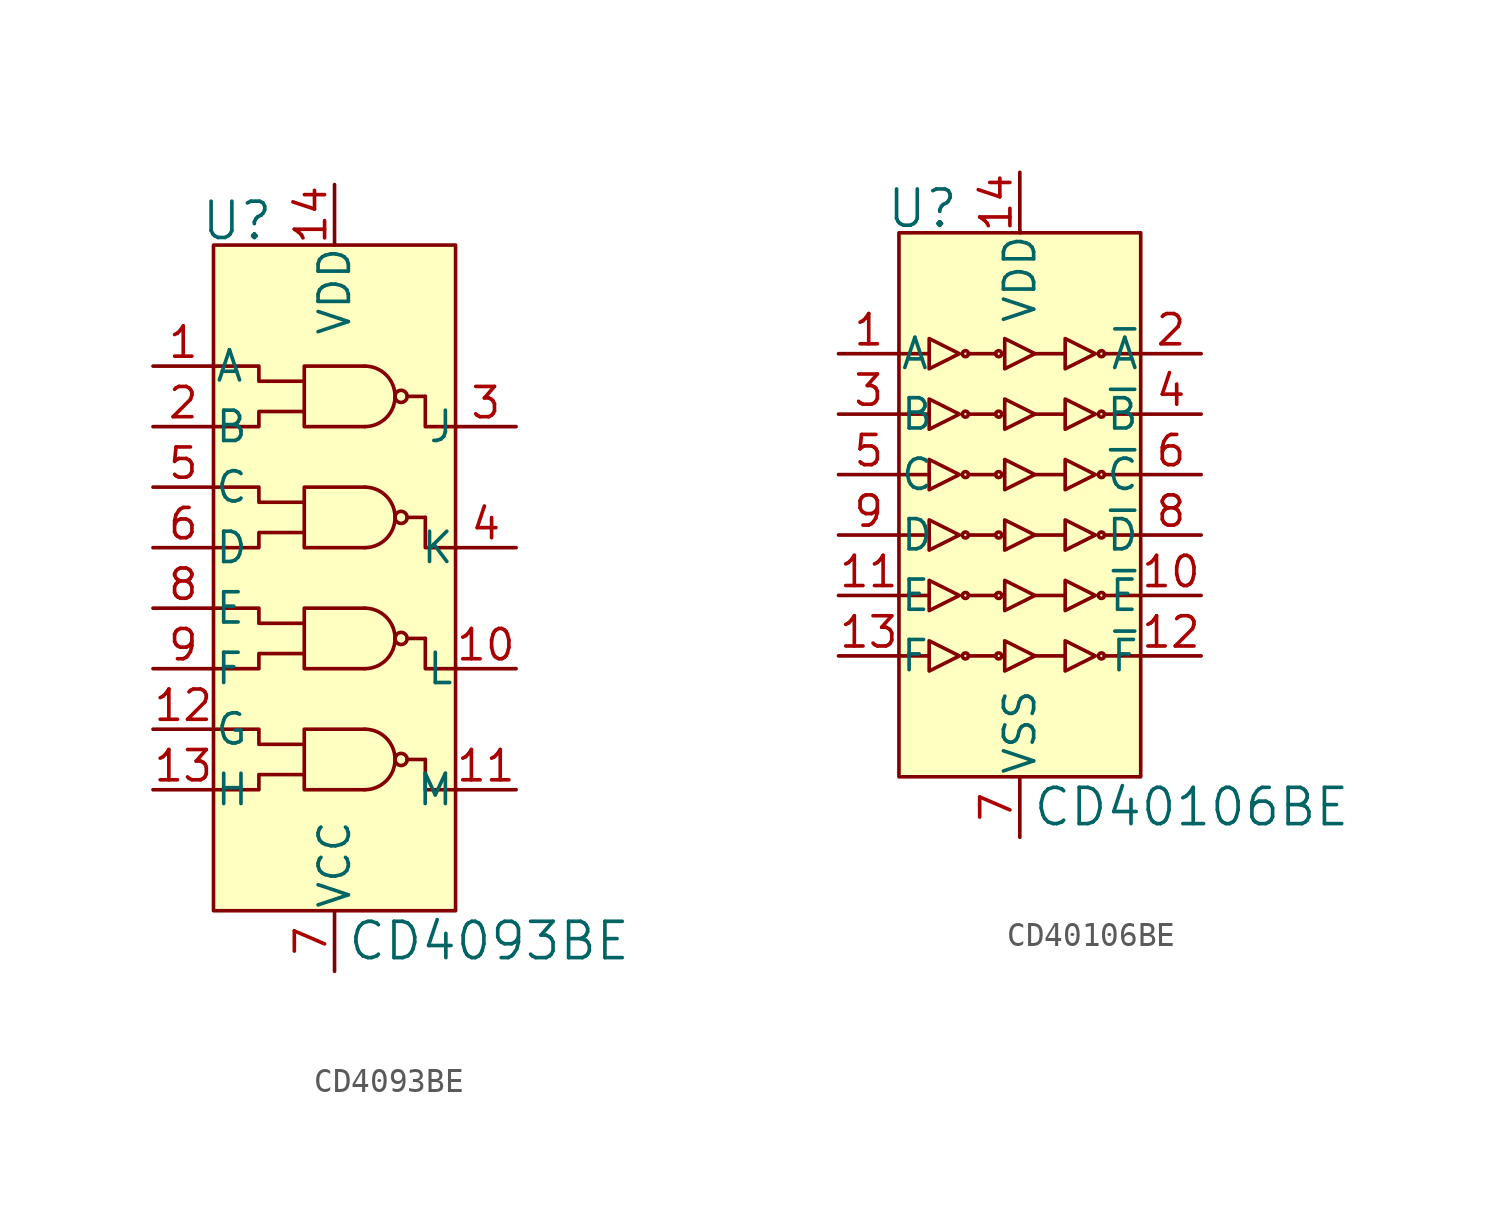
<source format=kicad_sym>
(kicad_symbol_lib
  (version 20220914)
  (generator kicad_symbol_editor)
  (symbol "CD4093BE"
    (pin_names
      (offset 0.025))
    (property "Reference" "U"
      (at -2.54 11.176 0)
      (effects (font (size 1.524 1.524)) (justify right)))
    (property "Value" "CD4093BE"
      (at 0.508 -19.05 0)
      (effects (font (size 1.524 1.524)) (justify left)))
    (symbol "CD4093BE_0_1"
      (rectangle (start -5.08 10.16) (end 5.08 -17.78) (stroke (width 0) (type solid)) (fill (type background)))
      (polyline (pts (xy 3.048 -11.43) (xy 3.81 -11.43)) (stroke (width 0) (type solid)) (fill (type none)))
      (polyline (pts (xy 3.048 3.81) (xy 3.81 3.81)) (stroke (width 0) (type solid)) (fill (type none)))
      (polyline (pts (xy 3.81 -6.35) (xy 3.048 -6.35)) (stroke (width 0) (type solid)) (fill (type none)))
      (polyline (pts (xy 3.81 -1.27) (xy 3.048 -1.27)) (stroke (width 0) (type solid)) (fill (type none)))
      (polyline (pts (xy 3.81 -11.43) (xy 3.81 -12.7) (xy 5.08 -12.7)) (stroke (width 0) (type solid)) (fill (type none)))
      (polyline (pts (xy 3.81 -6.35) (xy 3.81 -7.62) (xy 5.08 -7.62)) (stroke (width 0) (type solid)) (fill (type none)))
      (polyline (pts (xy 3.81 -1.27) (xy 3.81 -2.54) (xy 5.08 -2.54)) (stroke (width 0) (type solid)) (fill (type none)))
      (polyline (pts (xy 3.81 3.81) (xy 3.81 2.54) (xy 5.08 2.54)) (stroke (width 0) (type solid)) (fill (type none)))
      (polyline (pts (xy -5.08 -12.7) (xy -3.175 -12.7) (xy -3.175 -12.065) (xy -1.27 -12.065)) (stroke (width 0) (type solid)) (fill (type none)))
      (polyline (pts (xy -5.08 -7.62) (xy -3.175 -7.62) (xy -3.175 -6.985) (xy -1.27 -6.985)) (stroke (width 0) (type solid)) (fill (type none)))
      (polyline (pts (xy -5.08 -2.54) (xy -3.175 -2.54) (xy -3.175 -1.905) (xy -1.27 -1.905)) (stroke (width 0) (type solid)) (fill (type none)))
      (polyline (pts (xy -1.27 -10.795) (xy -3.175 -10.795) (xy -3.175 -10.16) (xy -5.08 -10.16)) (stroke (width 0) (type solid)) (fill (type none)))
      (polyline (pts (xy -1.27 -5.715) (xy -3.175 -5.715) (xy -3.175 -5.08) (xy -5.08 -5.08)) (stroke (width 0) (type solid)) (fill (type none)))
      (polyline (pts (xy -1.27 -0.635) (xy -3.175 -0.635) (xy -3.175 0) (xy -5.08 0)) (stroke (width 0) (type solid)) (fill (type none)))
      (polyline (pts (xy -1.27 3.175) (xy -3.175 3.175) (xy -3.175 2.54) (xy -5.08 2.54)) (stroke (width 0) (type solid)) (fill (type none)))
      (polyline (pts (xy -1.27 4.445) (xy -3.175 4.445) (xy -3.175 5.08) (xy -5.08 5.08)) (stroke (width 0) (type solid)) (fill (type none)))
      (polyline (pts (xy 1.27 -10.16) (xy -1.27 -10.16) (xy -1.27 -12.7) (xy 1.27 -12.7)) (stroke (width 0) (type solid)) (fill (type none)))
      (polyline (pts (xy 1.27 -5.08) (xy -1.27 -5.08) (xy -1.27 -7.62) (xy 1.27 -7.62)) (stroke (width 0) (type solid)) (fill (type none)))
      (polyline (pts (xy 1.27 0) (xy -1.27 0) (xy -1.27 -2.54) (xy 1.27 -2.54)) (stroke (width 0) (type solid)) (fill (type none)))
      (polyline (pts (xy 1.27 5.08) (xy -1.27 5.08) (xy -1.27 2.54) (xy 1.27 2.54)) (stroke (width 0) (type solid)) (fill (type none)))
      (arc (start 1.27 -12.7) (mid 2.5345 -11.43) (end 1.27 -10.16) (stroke (width 0) (type solid)) (fill (type none)))
      (arc (start 1.27 -7.62) (mid 2.5345 -6.35) (end 1.27 -5.08) (stroke (width 0) (type solid)) (fill (type none)))
      (arc (start 1.27 -2.54) (mid 2.5345 -1.27) (end 1.27 0) (stroke (width 0) (type solid)) (fill (type none)))
      (arc (start 1.27 2.54) (mid 2.5345 3.81) (end 1.27 5.08) (stroke (width 0) (type solid)) (fill (type none)))
      (circle (center 2.794 -11.43) (radius 0.254) (stroke (width 0) (type solid)) (fill (type none)))
      (circle (center 2.794 -6.35) (radius 0.254) (stroke (width 0) (type solid)) (fill (type none)))
      (circle (center 2.794 -1.27) (radius 0.254) (stroke (width 0) (type solid)) (fill (type none)))
      (circle (center 2.794 3.81) (radius 0.254) (stroke (width 0) (type solid)) (fill (type none))))
    (symbol "CD4093BE_1_1"
      (pin input line (at -7.62 5.08 0) (length 2.54) (name "A" (effects (font (size 1.27 1.27)))) (number "1" (effects (font (size 1.27 1.27)))))
      (pin output line (at 7.62 -7.62 180) (length 2.54) (name "L" (effects (font (size 1.27 1.27)))) (number "10" (effects (font (size 1.27 1.27)))))
      (pin output line (at 7.62 -12.7 180) (length 2.54) (name "M" (effects (font (size 1.27 1.27)))) (number "11" (effects (font (size 1.27 1.27)))))
      (pin input line (at -7.62 -10.16 0) (length 2.54) (name "G" (effects (font (size 1.27 1.27)))) (number "12" (effects (font (size 1.27 1.27)))))
      (pin input line (at -7.62 -12.7 0) (length 2.54) (name "H" (effects (font (size 1.27 1.27)))) (number "13" (effects (font (size 1.27 1.27)))))
      (pin power_in line (at 0 12.7 270) (length 2.54) (name "VDD" (effects (font (size 1.27 1.27)))) (number "14" (effects (font (size 1.27 1.27)))))
      (pin input line (at -7.62 2.54 0) (length 2.54) (name "B" (effects (font (size 1.27 1.27)))) (number "2" (effects (font (size 1.27 1.27)))))
      (pin output line (at 7.62 2.54 180) (length 2.54) (name "J" (effects (font (size 1.27 1.27)))) (number "3" (effects (font (size 1.27 1.27)))))
      (pin output line (at 7.62 -2.54 180) (length 2.54) (name "K" (effects (font (size 1.27 1.27)))) (number "4" (effects (font (size 1.27 1.27)))))
      (pin input line (at -7.62 0 0) (length 2.54) (name "C" (effects (font (size 1.27 1.27)))) (number "5" (effects (font (size 1.27 1.27)))))
      (pin input line (at -7.62 -2.54 0) (length 2.54) (name "D" (effects (font (size 1.27 1.27)))) (number "6" (effects (font (size 1.27 1.27)))))
      (pin power_in line (at 0 -20.32 90) (length 2.54) (name "VCC" (effects (font (size 1.27 1.27)))) (number "7" (effects (font (size 1.27 1.27)))))
      (pin input line (at -7.62 -5.08 0) (length 2.54) (name "E" (effects (font (size 1.27 1.27)))) (number "8" (effects (font (size 1.27 1.27)))))
      (pin input line (at -7.62 -7.62 0) (length 2.54) (name "F" (effects (font (size 1.27 1.27)))) (number "9" (effects (font (size 1.27 1.27)))))))
  (symbol "CD40106BE"
    (pin_names
      (offset 0.025))
    (property "Reference" "U"
      (at -2.54 13.716 0)
      (effects (font (size 1.524 1.524)) (justify right)))
    (property "Value" "CD40106BE"
      (at 0.508 -11.43 0)
      (effects (font (size 1.524 1.524)) (justify left)))
    (symbol "CD40106BE_0_1"
      (rectangle (start -5.08 12.7) (end 5.08 -10.16) (stroke (width 0) (type solid)) (fill (type background)))
      (circle (center -2.286 -5.08) (radius 0.127) (stroke (width 0) (type solid)) (fill (type none)))
      (circle (center -2.286 -2.54) (radius 0.127) (stroke (width 0) (type solid)) (fill (type none)))
      (circle (center -2.286 0) (radius 0.127) (stroke (width 0) (type solid)) (fill (type none)))
      (circle (center -2.286 2.54) (radius 0.127) (stroke (width 0) (type solid)) (fill (type none)))
      (circle (center -2.286 5.08) (radius 0.127) (stroke (width 0) (type solid)) (fill (type none)))
      (circle (center -2.286 7.62) (radius 0.127) (stroke (width 0) (type solid)) (fill (type none)))
      (circle (center -0.889 -5.08) (radius 0.127) (stroke (width 0) (type solid)) (fill (type none)))
      (circle (center -0.889 -2.54) (radius 0.127) (stroke (width 0) (type solid)) (fill (type none)))
      (circle (center -0.889 0) (radius 0.127) (stroke (width 0) (type solid)) (fill (type none)))
      (circle (center -0.889 2.54) (radius 0.127) (stroke (width 0) (type solid)) (fill (type none)))
      (circle (center -0.889 5.08) (radius 0.127) (stroke (width 0) (type solid)) (fill (type none)))
      (circle (center -0.889 7.62) (radius 0.127) (stroke (width 0) (type solid)) (fill (type none)))
      (polyline (pts (xy -3.81 -5.08) (xy -5.08 -5.08)) (stroke (width 0) (type solid)) (fill (type none)))
      (polyline (pts (xy -3.81 -2.54) (xy -5.08 -2.54)) (stroke (width 0) (type solid)) (fill (type none)))
      (polyline (pts (xy -3.81 0) (xy -5.08 0)) (stroke (width 0) (type solid)) (fill (type none)))
      (polyline (pts (xy -3.81 2.54) (xy -5.08 2.54)) (stroke (width 0) (type solid)) (fill (type none)))
      (polyline (pts (xy -3.81 5.08) (xy -5.08 5.08)) (stroke (width 0) (type solid)) (fill (type none)))
      (polyline (pts (xy -3.81 7.62) (xy -5.08 7.62)) (stroke (width 0) (type solid)) (fill (type none)))
      (polyline (pts (xy -1.016 -5.08) (xy -2.159 -5.08)) (stroke (width 0) (type solid)) (fill (type none)))
      (polyline (pts (xy -1.016 -2.54) (xy -2.159 -2.54)) (stroke (width 0) (type solid)) (fill (type none)))
      (polyline (pts (xy -1.016 0) (xy -2.159 0)) (stroke (width 0) (type solid)) (fill (type none)))
      (polyline (pts (xy -1.016 2.54) (xy -2.159 2.54)) (stroke (width 0) (type solid)) (fill (type none)))
      (polyline (pts (xy -1.016 5.08) (xy -2.159 5.08)) (stroke (width 0) (type solid)) (fill (type none)))
      (polyline (pts (xy -1.016 7.62) (xy -2.159 7.62)) (stroke (width 0) (type solid)) (fill (type none)))
      (polyline (pts (xy 1.905 -5.08) (xy 0.635 -5.08)) (stroke (width 0) (type solid)) (fill (type none)))
      (polyline (pts (xy 1.905 -2.54) (xy 0.635 -2.54)) (stroke (width 0) (type solid)) (fill (type none)))
      (polyline (pts (xy 1.905 0) (xy 0.635 0)) (stroke (width 0) (type solid)) (fill (type none)))
      (polyline (pts (xy 1.905 2.54) (xy 0.635 2.54)) (stroke (width 0) (type solid)) (fill (type none)))
      (polyline (pts (xy 1.905 5.08) (xy 0.635 5.08)) (stroke (width 0) (type solid)) (fill (type none)))
      (polyline (pts (xy 1.905 7.62) (xy 0.635 7.62)) (stroke (width 0) (type solid)) (fill (type none)))
      (polyline (pts (xy 3.556 -5.08) (xy 5.08 -5.08)) (stroke (width 0) (type solid)) (fill (type none)))
      (polyline (pts (xy 3.556 -2.54) (xy 5.08 -2.54)) (stroke (width 0) (type solid)) (fill (type none)))
      (polyline (pts (xy 3.556 0) (xy 5.08 0)) (stroke (width 0) (type solid)) (fill (type none)))
      (polyline (pts (xy 3.556 2.54) (xy 5.08 2.54)) (stroke (width 0) (type solid)) (fill (type none)))
      (polyline (pts (xy 3.556 5.08) (xy 5.08 5.08)) (stroke (width 0) (type solid)) (fill (type none)))
      (polyline (pts (xy 3.556 7.62) (xy 5.08 7.62)) (stroke (width 0) (type solid)) (fill (type none)))
      (polyline (pts (xy -3.81 -4.445) (xy -3.81 -5.715) (xy -2.54 -5.08) (xy -3.81 -4.445)) (stroke (width 0) (type solid)) (fill (type none)))
      (polyline (pts (xy -3.81 -1.905) (xy -3.81 -3.175) (xy -2.54 -2.54) (xy -3.81 -1.905)) (stroke (width 0) (type solid)) (fill (type none)))
      (polyline (pts (xy -3.81 0.635) (xy -3.81 -0.635) (xy -2.54 0) (xy -3.81 0.635)) (stroke (width 0) (type solid)) (fill (type none)))
      (polyline (pts (xy -3.81 3.175) (xy -3.81 1.905) (xy -2.54 2.54) (xy -3.81 3.175)) (stroke (width 0) (type solid)) (fill (type none)))
      (polyline (pts (xy -3.81 5.715) (xy -3.81 4.445) (xy -2.54 5.08) (xy -3.81 5.715)) (stroke (width 0) (type solid)) (fill (type none)))
      (polyline (pts (xy -3.81 8.255) (xy -3.81 6.985) (xy -2.54 7.62) (xy -3.81 8.255)) (stroke (width 0) (type solid)) (fill (type none)))
      (polyline (pts (xy -0.635 -4.445) (xy -0.635 -5.715) (xy 0.635 -5.08) (xy -0.635 -4.445)) (stroke (width 0) (type solid)) (fill (type none)))
      (polyline (pts (xy -0.635 -1.905) (xy -0.635 -3.175) (xy 0.635 -2.54) (xy -0.635 -1.905)) (stroke (width 0) (type solid)) (fill (type none)))
      (polyline (pts (xy -0.635 0.635) (xy -0.635 -0.635) (xy 0.635 0) (xy -0.635 0.635)) (stroke (width 0) (type solid)) (fill (type none)))
      (polyline (pts (xy -0.635 3.175) (xy -0.635 1.905) (xy 0.635 2.54) (xy -0.635 3.175)) (stroke (width 0) (type solid)) (fill (type none)))
      (polyline (pts (xy -0.635 5.715) (xy -0.635 4.445) (xy 0.635 5.08) (xy -0.635 5.715)) (stroke (width 0) (type solid)) (fill (type none)))
      (polyline (pts (xy -0.635 8.255) (xy -0.635 6.985) (xy 0.635 7.62) (xy -0.635 8.255)) (stroke (width 0) (type solid)) (fill (type none)))
      (polyline (pts (xy 1.905 -4.445) (xy 1.905 -5.715) (xy 3.175 -5.08) (xy 1.905 -4.445)) (stroke (width 0) (type solid)) (fill (type none)))
      (polyline (pts (xy 1.905 -1.905) (xy 1.905 -3.175) (xy 3.175 -2.54) (xy 1.905 -1.905)) (stroke (width 0) (type solid)) (fill (type none)))
      (polyline (pts (xy 1.905 0.635) (xy 1.905 -0.635) (xy 3.175 0) (xy 1.905 0.635)) (stroke (width 0) (type solid)) (fill (type none)))
      (polyline (pts (xy 1.905 3.175) (xy 1.905 1.905) (xy 3.175 2.54) (xy 1.905 3.175)) (stroke (width 0) (type solid)) (fill (type none)))
      (polyline (pts (xy 1.905 5.715) (xy 1.905 4.445) (xy 3.175 5.08) (xy 1.905 5.715)) (stroke (width 0) (type solid)) (fill (type none)))
      (polyline (pts (xy 1.905 8.255) (xy 1.905 6.985) (xy 3.175 7.62) (xy 1.905 8.255)) (stroke (width 0) (type solid)) (fill (type none)))
      (circle (center 3.429 -5.08) (radius 0.127) (stroke (width 0) (type solid)) (fill (type none)))
      (circle (center 3.429 -2.54) (radius 0.127) (stroke (width 0) (type solid)) (fill (type none)))
      (circle (center 3.429 0) (radius 0.127) (stroke (width 0) (type solid)) (fill (type none)))
      (circle (center 3.429 2.54) (radius 0.127) (stroke (width 0) (type solid)) (fill (type none)))
      (circle (center 3.429 5.08) (radius 0.127) (stroke (width 0) (type solid)) (fill (type none)))
      (circle (center 3.429 7.62) (radius 0.127) (stroke (width 0) (type solid)) (fill (type none))))
    (symbol "CD40106BE_1_1"
      (pin input line (at -7.62 7.62 0) (length 2.54) (name "A" (effects (font (size 1.27 1.27)))) (number "1" (effects (font (size 1.27 1.27)))))
      (pin output line (at 7.62 -2.54 180) (length 2.54) (name "~{E}" (effects (font (size 1.27 1.27)))) (number "10" (effects (font (size 1.27 1.27)))))
      (pin input line (at -7.62 -2.54 0) (length 2.54) (name "E" (effects (font (size 1.27 1.27)))) (number "11" (effects (font (size 1.27 1.27)))))
      (pin output line (at 7.62 -5.08 180) (length 2.54) (name "~{F}" (effects (font (size 1.27 1.27)))) (number "12" (effects (font (size 1.27 1.27)))))
      (pin input line (at -7.62 -5.08 0) (length 2.54) (name "F" (effects (font (size 1.27 1.27)))) (number "13" (effects (font (size 1.27 1.27)))))
      (pin power_in line (at 0 15.24 270) (length 2.54) (name "VDD" (effects (font (size 1.27 1.27)))) (number "14" (effects (font (size 1.27 1.27)))))
      (pin output line (at 7.62 7.62 180) (length 2.54) (name "~{A}" (effects (font (size 1.27 1.27)))) (number "2" (effects (font (size 1.27 1.27)))))
      (pin input line (at -7.62 5.08 0) (length 2.54) (name "B" (effects (font (size 1.27 1.27)))) (number "3" (effects (font (size 1.27 1.27)))))
      (pin output line (at 7.62 5.08 180) (length 2.54) (name "~{B}" (effects (font (size 1.27 1.27)))) (number "4" (effects (font (size 1.27 1.27)))))
      (pin input line (at -7.62 2.54 0) (length 2.54) (name "C" (effects (font (size 1.27 1.27)))) (number "5" (effects (font (size 1.27 1.27)))))
      (pin output line (at 7.62 2.54 180) (length 2.54) (name "~{C}" (effects (font (size 1.27 1.27)))) (number "6" (effects (font (size 1.27 1.27)))))
      (pin power_in line (at 0 -12.7 90) (length 2.54) (name "VSS" (effects (font (size 1.27 1.27)))) (number "7" (effects (font (size 1.27 1.27)))))
      (pin output line (at 7.62 0 180) (length 2.54) (name "~{D}" (effects (font (size 1.27 1.27)))) (number "8" (effects (font (size 1.27 1.27)))))
      (pin input line (at -7.62 0 0) (length 2.54) (name "D" (effects (font (size 1.27 1.27)))) (number "9" (effects (font (size 1.27 1.27))))))))
</source>
